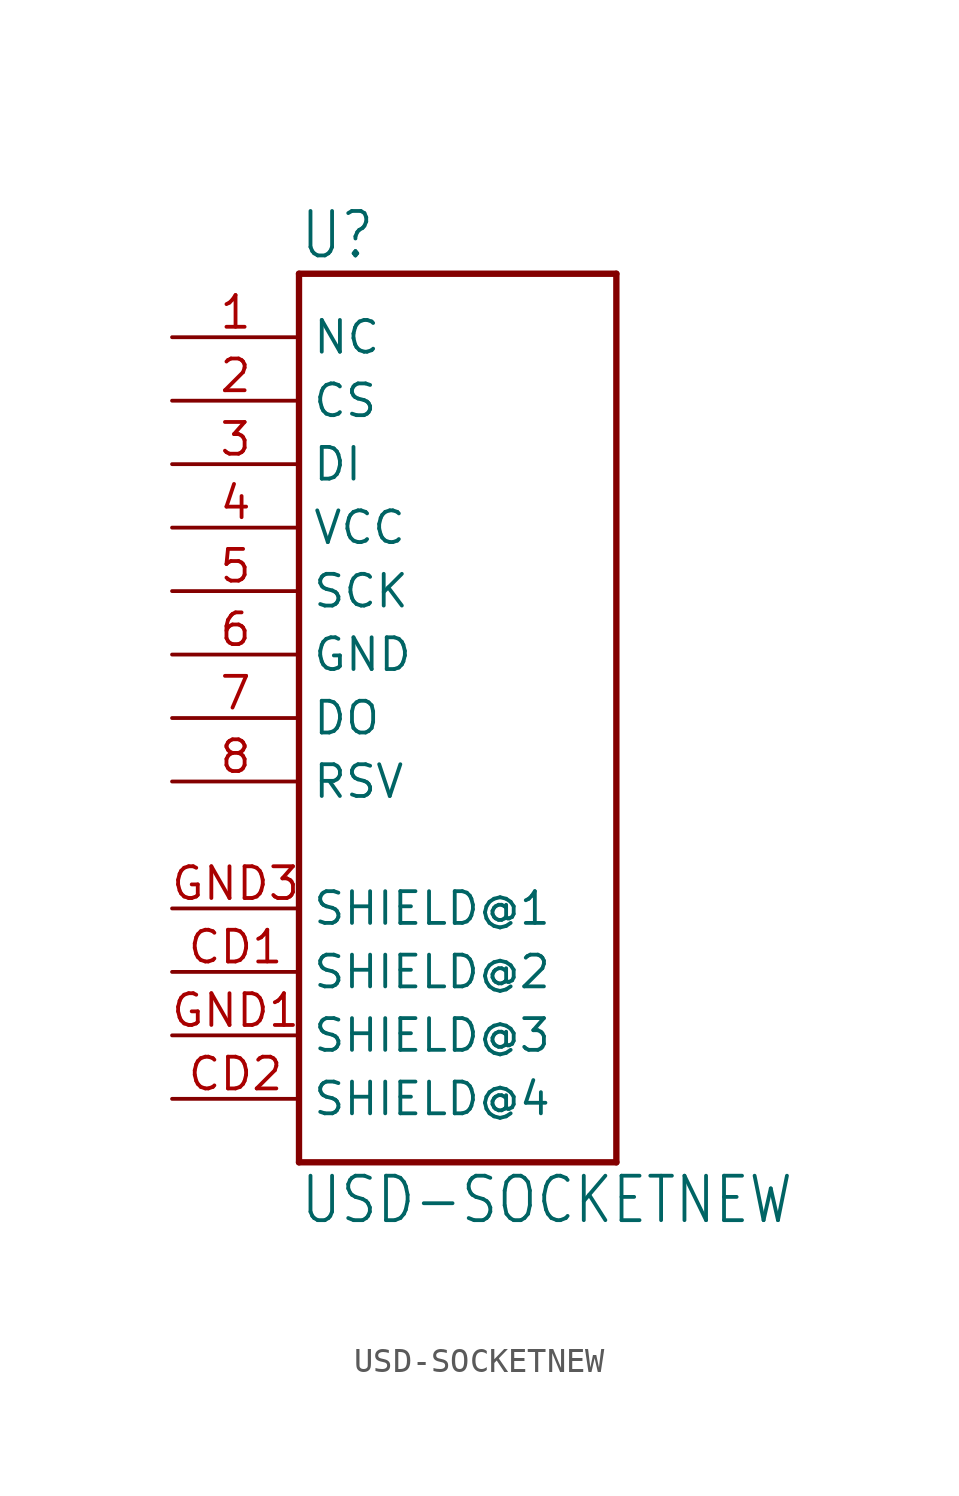
<source format=kicad_sym>
(kicad_symbol_lib
  (version 20211014)
  (generator kicad_symbol_editor)
  (symbol "USD-SOCKETNEW"
    (property "Reference" "U"
      (at -2.54 15.748 0)
      (effects (font (size 1.778 1.511)) (justify left bottom)))
    (property "Value" "USD-SOCKETNEW"
      (at -2.54 -22.86 0)
      (effects (font (size 1.778 1.511)) (justify left bottom)))
    (property "ki_locked" ""
      (at 0 0 0)
      (effects (font (size 1.27 1.27))))
    (symbol "USD-SOCKETNEW_1_0"
      (polyline (pts (xy -2.54 -20.32) (xy -2.54 15.24)) (stroke (width 0.254) (type default) (color 0 0 0 0)) (fill (type none)))
      (polyline (pts (xy -2.54 15.24) (xy 10.16 15.24)) (stroke (width 0.254) (type default) (color 0 0 0 0)) (fill (type none)))
      (polyline (pts (xy 10.16 -20.32) (xy -2.54 -20.32)) (stroke (width 0.254) (type default) (color 0 0 0 0)) (fill (type none)))
      (polyline (pts (xy 10.16 15.24) (xy 10.16 -20.32)) (stroke (width 0.254) (type default) (color 0 0 0 0)) (fill (type none)))
      (pin bidirectional line (at -7.62 12.7 0) (length 5.08) (name "NC" (effects (font (size 1.27 1.27)))) (number "1" (effects (font (size 1.27 1.27)))))
      (pin bidirectional line (at -7.62 10.16 0) (length 5.08) (name "CS" (effects (font (size 1.27 1.27)))) (number "2" (effects (font (size 1.27 1.27)))))
      (pin bidirectional line (at -7.62 7.62 0) (length 5.08) (name "DI" (effects (font (size 1.27 1.27)))) (number "3" (effects (font (size 1.27 1.27)))))
      (pin bidirectional line (at -7.62 5.08 0) (length 5.08) (name "VCC" (effects (font (size 1.27 1.27)))) (number "4" (effects (font (size 1.27 1.27)))))
      (pin bidirectional line (at -7.62 2.54 0) (length 5.08) (name "SCK" (effects (font (size 1.27 1.27)))) (number "5" (effects (font (size 1.27 1.27)))))
      (pin bidirectional line (at -7.62 0 0) (length 5.08) (name "GND" (effects (font (size 1.27 1.27)))) (number "6" (effects (font (size 1.27 1.27)))))
      (pin bidirectional line (at -7.62 -2.54 0) (length 5.08) (name "DO" (effects (font (size 1.27 1.27)))) (number "7" (effects (font (size 1.27 1.27)))))
      (pin bidirectional line (at -7.62 -5.08 0) (length 5.08) (name "RSV" (effects (font (size 1.27 1.27)))) (number "8" (effects (font (size 1.27 1.27)))))
      (pin bidirectional line (at -7.62 -12.7 0) (length 5.08) (name "SHIELD@2" (effects (font (size 1.27 1.27)))) (number "CD1" (effects (font (size 1.27 1.27)))))
      (pin bidirectional line (at -7.62 -17.78 0) (length 5.08) (name "SHIELD@4" (effects (font (size 1.27 1.27)))) (number "CD2" (effects (font (size 1.27 1.27)))))
      (pin bidirectional line (at -7.62 -15.24 0) (length 5.08) (name "SHIELD@3" (effects (font (size 1.27 1.27)))) (number "GND1" (effects (font (size 1.27 1.27)))))
      (pin bidirectional line (at -7.62 -10.16 0) (length 5.08) (name "SHIELD@1" (effects (font (size 1.27 1.27)))) (number "GND3" (effects (font (size 1.27 1.27))))))))
</source>
